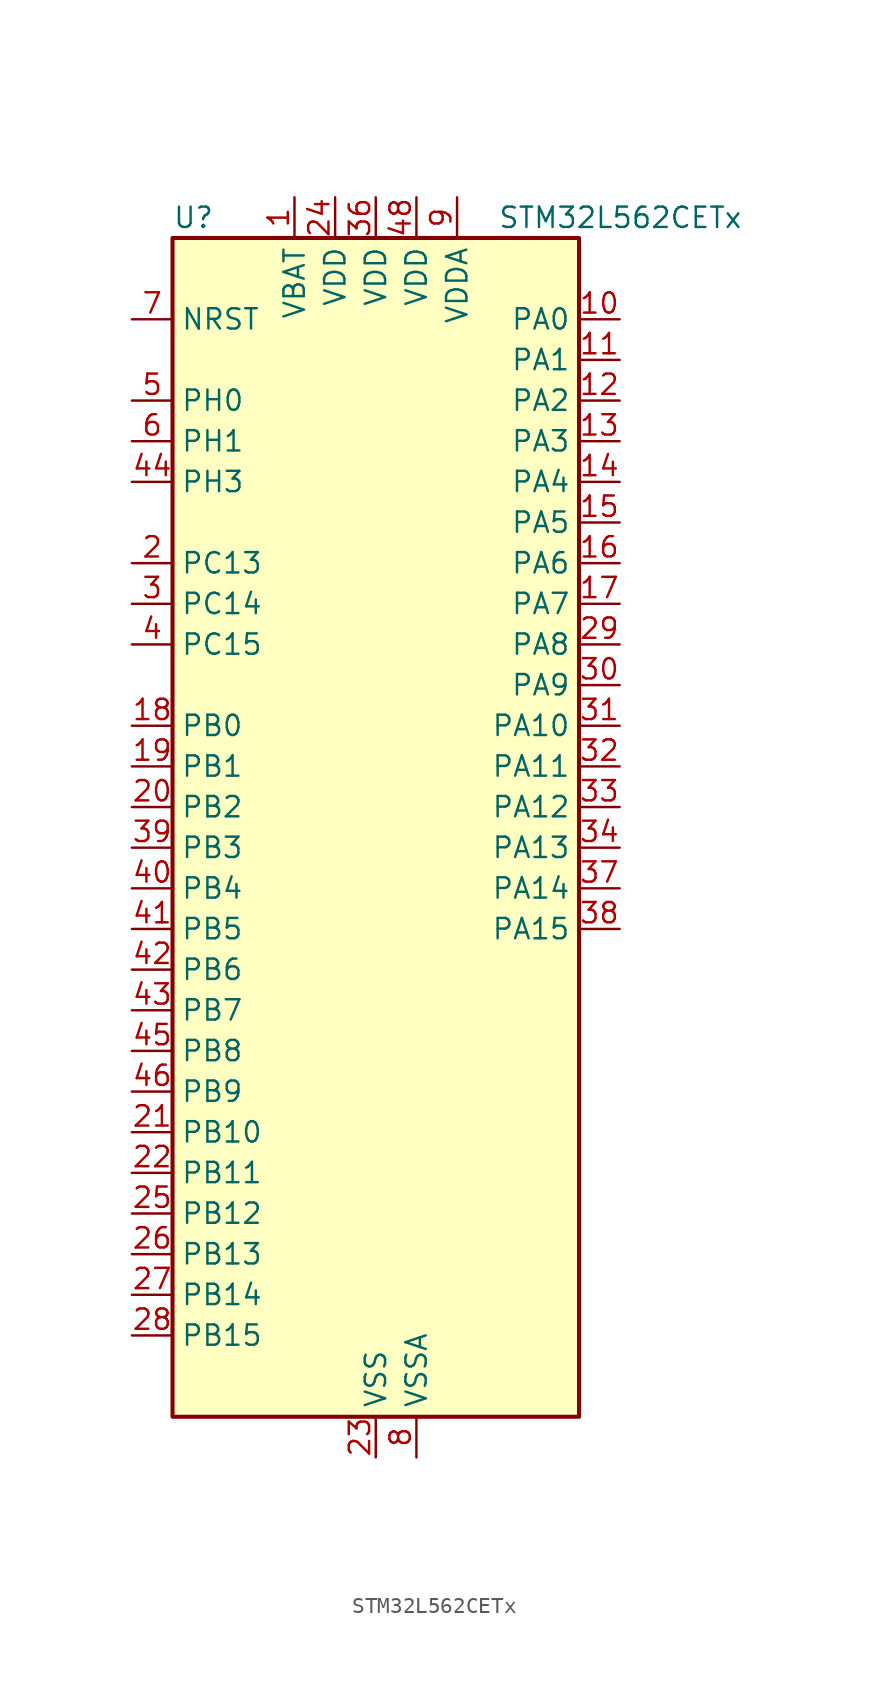
<source format=kicad_sym>
(kicad_symbol_lib
  (version 20241209)
  (generator "kicad_symbol_editor")
  (generator_version "9.0")
  (symbol "STM32L562CETx"
    (property "Reference" "U"
      (at -12.7 39.37 0)
      (effects (font (size 1.27 1.27)) (justify left)))
    (property "Value" "STM32L562CETx"
      (at 7.62 39.37 0)
      (effects (font (size 1.27 1.27)) (justify left)))
    (symbol "STM32L562CETx_0_1"
      (rectangle (start -12.7 -35.56) (end 12.7 38.1) (stroke (width 0.254) (type default)) (fill (type background))))
    (symbol "STM32L562CETx_1_1"
      (pin input line (at -15.24 33.02 0) (length 2.54) (name "NRST" (effects (font (size 1.27 1.27)))) (number "7" (effects (font (size 1.27 1.27)))))
      (pin bidirectional line (at -15.24 27.94 0) (length 2.54) (name "PH0" (effects (font (size 1.27 1.27)))) (number "5" (effects (font (size 1.27 1.27)))) (alternate "RCC_OSC_IN" bidirectional line))
      (pin bidirectional line (at -15.24 25.4 0) (length 2.54) (name "PH1" (effects (font (size 1.27 1.27)))) (number "6" (effects (font (size 1.27 1.27)))) (alternate "RCC_OSC_OUT" bidirectional line))
      (pin bidirectional line (at -15.24 22.86 0) (length 2.54) (name "PH3" (effects (font (size 1.27 1.27)))) (number "44" (effects (font (size 1.27 1.27)))))
      (pin bidirectional line (at -15.24 17.78 0) (length 2.54) (name "PC13" (effects (font (size 1.27 1.27)))) (number "2" (effects (font (size 1.27 1.27)))) (alternate "PWR_WKUP2" bidirectional line) (alternate "RTC_OUT1" bidirectional line) (alternate "RTC_TS" bidirectional line) (alternate "TAMP_IN1" bidirectional line) (alternate "TAMP_OUT2" bidirectional line))
      (pin bidirectional line (at -15.24 15.24 0) (length 2.54) (name "PC14" (effects (font (size 1.27 1.27)))) (number "3" (effects (font (size 1.27 1.27)))) (alternate "RCC_OSC32_IN" bidirectional line))
      (pin bidirectional line (at -15.24 12.7 0) (length 2.54) (name "PC15" (effects (font (size 1.27 1.27)))) (number "4" (effects (font (size 1.27 1.27)))) (alternate "ADC1_EXTI15" bidirectional line) (alternate "ADC2_EXTI15" bidirectional line) (alternate "RCC_OSC32_OUT" bidirectional line))
      (pin bidirectional line (at -15.24 7.62 0) (length 2.54) (name "PB0" (effects (font (size 1.27 1.27)))) (number "18" (effects (font (size 1.27 1.27)))) (alternate "ADC1_IN15" bidirectional line) (alternate "ADC2_IN15" bidirectional line) (alternate "COMP1_OUT" bidirectional line) (alternate "OCTOSPI1_IO1" bidirectional line) (alternate "OPAMP2_VOUT" bidirectional line) (alternate "SAI1_EXTCLK" bidirectional line) (alternate "SPI1_NSS" bidirectional line) (alternate "TIM1_CH2N" bidirectional line) (alternate "TIM3_CH3" bidirectional line) (alternate "TIM8_CH2N" bidirectional line) (alternate "USART3_CK" bidirectional line))
      (pin bidirectional line (at -15.24 5.08 0) (length 2.54) (name "PB1" (effects (font (size 1.27 1.27)))) (number "19" (effects (font (size 1.27 1.27)))) (alternate "ADC1_IN16" bidirectional line) (alternate "ADC2_IN16" bidirectional line) (alternate "COMP1_INM" bidirectional line) (alternate "DFSDM1_DATIN0" bidirectional line) (alternate "LPTIM2_IN1" bidirectional line) (alternate "LPUART1_DE" bidirectional line) (alternate "LPUART1_RTS" bidirectional line) (alternate "OCTOSPI1_IO0" bidirectional line) (alternate "TIM1_CH3N" bidirectional line) (alternate "TIM3_CH4" bidirectional line) (alternate "TIM8_CH3N" bidirectional line) (alternate "USART3_DE" bidirectional line) (alternate "USART3_RTS" bidirectional line))
      (pin bidirectional line (at -15.24 2.54 0) (length 2.54) (name "PB2" (effects (font (size 1.27 1.27)))) (number "20" (effects (font (size 1.27 1.27)))) (alternate "COMP1_INP" bidirectional line) (alternate "DFSDM1_CKIN0" bidirectional line) (alternate "I2C3_SMBA" bidirectional line) (alternate "LPTIM1_OUT" bidirectional line) (alternate "OCTOSPI1_DQS" bidirectional line) (alternate "RTC_OUT2" bidirectional line) (alternate "UCPD1_FRSTX1" bidirectional line))
      (pin bidirectional line (at -15.24 0 0) (length 2.54) (name "PB3" (effects (font (size 1.27 1.27)))) (number "39" (effects (font (size 1.27 1.27)))) (alternate "COMP2_INM" bidirectional line) (alternate "CRS_SYNC" bidirectional line) (alternate "DEBUG_JTDO-SWO" bidirectional line) (alternate "SAI1_SCK_B" bidirectional line) (alternate "SPI1_SCK" bidirectional line) (alternate "SPI3_SCK" bidirectional line) (alternate "TIM2_CH2" bidirectional line) (alternate "USART1_DE" bidirectional line) (alternate "USART1_RTS" bidirectional line))
      (pin bidirectional line (at -15.24 -2.54 0) (length 2.54) (name "PB4" (effects (font (size 1.27 1.27)))) (number "40" (effects (font (size 1.27 1.27)))) (alternate "COMP2_INP" bidirectional line) (alternate "DEBUG_JTRST" bidirectional line) (alternate "I2C3_SDA" bidirectional line) (alternate "SAI1_MCLK_B" bidirectional line) (alternate "SPI1_MISO" bidirectional line) (alternate "SPI3_MISO" bidirectional line) (alternate "TIM17_BKIN" bidirectional line) (alternate "TIM3_CH1" bidirectional line) (alternate "TSC_G2_IO1" bidirectional line) (alternate "USART1_CTS" bidirectional line) (alternate "USART1_NSS" bidirectional line))
      (pin bidirectional line (at -15.24 -5.08 0) (length 2.54) (name "PB5" (effects (font (size 1.27 1.27)))) (number "41" (effects (font (size 1.27 1.27)))) (alternate "COMP2_OUT" bidirectional line) (alternate "I2C1_SMBA" bidirectional line) (alternate "LPTIM1_IN1" bidirectional line) (alternate "OCTOSPI1_NCLK" bidirectional line) (alternate "SAI1_SD_B" bidirectional line) (alternate "SPI1_MOSI" bidirectional line) (alternate "SPI3_MOSI" bidirectional line) (alternate "TIM16_BKIN" bidirectional line) (alternate "TIM3_CH2" bidirectional line) (alternate "TSC_G2_IO2" bidirectional line) (alternate "UCPD1_DBCC1" bidirectional line) (alternate "USART1_CK" bidirectional line))
      (pin bidirectional line (at -15.24 -7.62 0) (length 2.54) (name "PB6" (effects (font (size 1.27 1.27)))) (number "42" (effects (font (size 1.27 1.27)))) (alternate "COMP2_INP" bidirectional line) (alternate "I2C1_SCL" bidirectional line) (alternate "I2C4_SCL" bidirectional line) (alternate "LPTIM1_ETR" bidirectional line) (alternate "SAI1_FS_B" bidirectional line) (alternate "TIM16_CH1N" bidirectional line) (alternate "TIM4_CH1" bidirectional line) (alternate "TIM8_BKIN2" bidirectional line) (alternate "TSC_G2_IO3" bidirectional line) (alternate "USART1_TX" bidirectional line))
      (pin bidirectional line (at -15.24 -10.16 0) (length 2.54) (name "PB7" (effects (font (size 1.27 1.27)))) (number "43" (effects (font (size 1.27 1.27)))) (alternate "COMP2_INM" bidirectional line) (alternate "I2C1_SDA" bidirectional line) (alternate "I2C4_SDA" bidirectional line) (alternate "LPTIM1_IN2" bidirectional line) (alternate "PWR_PVD_IN" bidirectional line) (alternate "TIM17_CH1N" bidirectional line) (alternate "TIM4_CH2" bidirectional line) (alternate "TIM8_BKIN" bidirectional line) (alternate "TSC_G2_IO4" bidirectional line) (alternate "UART4_CTS" bidirectional line) (alternate "USART1_RX" bidirectional line))
      (pin bidirectional line (at -15.24 -12.7 0) (length 2.54) (name "PB8" (effects (font (size 1.27 1.27)))) (number "45" (effects (font (size 1.27 1.27)))) (alternate "DFSDM1_CKOUT" bidirectional line) (alternate "FDCAN1_RX" bidirectional line) (alternate "I2C1_SCL" bidirectional line) (alternate "SAI1_CK1" bidirectional line) (alternate "SAI1_MCLK_A" bidirectional line) (alternate "TIM16_CH1" bidirectional line) (alternate "TIM4_CH3" bidirectional line))
      (pin bidirectional line (at -15.24 -15.24 0) (length 2.54) (name "PB9" (effects (font (size 1.27 1.27)))) (number "46" (effects (font (size 1.27 1.27)))) (alternate "DAC1_EXTI9" bidirectional line) (alternate "FDCAN1_TX" bidirectional line) (alternate "I2C1_SDA" bidirectional line) (alternate "IR_OUT" bidirectional line) (alternate "SAI1_D2" bidirectional line) (alternate "SAI1_FS_A" bidirectional line) (alternate "SPI2_NSS" bidirectional line) (alternate "TIM17_CH1" bidirectional line) (alternate "TIM4_CH4" bidirectional line))
      (pin bidirectional line (at -15.24 -17.78 0) (length 2.54) (name "PB10" (effects (font (size 1.27 1.27)))) (number "21" (effects (font (size 1.27 1.27)))) (alternate "COMP1_OUT" bidirectional line) (alternate "I2C2_SCL" bidirectional line) (alternate "I2C4_SCL" bidirectional line) (alternate "LPTIM3_OUT" bidirectional line) (alternate "LPUART1_RX" bidirectional line) (alternate "OCTOSPI1_CLK" bidirectional line) (alternate "SAI1_SCK_A" bidirectional line) (alternate "SPI2_SCK" bidirectional line) (alternate "TIM2_CH3" bidirectional line) (alternate "TSC_SYNC" bidirectional line) (alternate "USART3_TX" bidirectional line))
      (pin bidirectional line (at -15.24 -20.32 0) (length 2.54) (name "PB11" (effects (font (size 1.27 1.27)))) (number "22" (effects (font (size 1.27 1.27)))) (alternate "ADC1_EXTI11" bidirectional line) (alternate "ADC2_EXTI11" bidirectional line) (alternate "COMP2_OUT" bidirectional line) (alternate "I2C2_SDA" bidirectional line) (alternate "I2C4_SDA" bidirectional line) (alternate "LPUART1_TX" bidirectional line) (alternate "OCTOSPI1_NCS" bidirectional line) (alternate "TIM2_CH4" bidirectional line) (alternate "USART3_RX" bidirectional line))
      (pin bidirectional line (at -15.24 -22.86 0) (length 2.54) (name "PB12" (effects (font (size 1.27 1.27)))) (number "25" (effects (font (size 1.27 1.27)))) (alternate "DFSDM1_DATIN1" bidirectional line) (alternate "I2C2_SMBA" bidirectional line) (alternate "LPUART1_DE" bidirectional line) (alternate "LPUART1_RTS" bidirectional line) (alternate "OCTOSPI1_NCLK" bidirectional line) (alternate "SAI2_FS_A" bidirectional line) (alternate "SPI2_NSS" bidirectional line) (alternate "TIM15_BKIN" bidirectional line) (alternate "TIM1_BKIN" bidirectional line) (alternate "TSC_G1_IO1" bidirectional line) (alternate "USART3_CK" bidirectional line))
      (pin bidirectional line (at -15.24 -25.4 0) (length 2.54) (name "PB13" (effects (font (size 1.27 1.27)))) (number "26" (effects (font (size 1.27 1.27)))) (alternate "DFSDM1_CKIN1" bidirectional line) (alternate "I2C2_SCL" bidirectional line) (alternate "LPTIM3_IN1" bidirectional line) (alternate "LPUART1_CTS" bidirectional line) (alternate "SAI2_SCK_A" bidirectional line) (alternate "SPI2_SCK" bidirectional line) (alternate "TIM15_CH1N" bidirectional line) (alternate "TIM1_CH1N" bidirectional line) (alternate "TSC_G1_IO2" bidirectional line) (alternate "UCPD1_FRSTX2" bidirectional line) (alternate "USART3_CTS" bidirectional line) (alternate "USART3_NSS" bidirectional line))
      (pin bidirectional line (at -15.24 -27.94 0) (length 2.54) (name "PB14" (effects (font (size 1.27 1.27)))) (number "27" (effects (font (size 1.27 1.27)))) (alternate "DFSDM1_DATIN2" bidirectional line) (alternate "I2C2_SDA" bidirectional line) (alternate "LPTIM3_ETR" bidirectional line) (alternate "SAI2_MCLK_A" bidirectional line) (alternate "SPI2_MISO" bidirectional line) (alternate "TIM15_CH1" bidirectional line) (alternate "TIM1_CH2N" bidirectional line) (alternate "TIM8_CH2N" bidirectional line) (alternate "TSC_G1_IO3" bidirectional line) (alternate "UCPD1_DBCC2" bidirectional line) (alternate "USART3_DE" bidirectional line) (alternate "USART3_RTS" bidirectional line))
      (pin bidirectional line (at -15.24 -30.48 0) (length 2.54) (name "PB15" (effects (font (size 1.27 1.27)))) (number "28" (effects (font (size 1.27 1.27)))) (alternate "ADC1_EXTI15" bidirectional line) (alternate "ADC2_EXTI15" bidirectional line) (alternate "DFSDM1_CKIN2" bidirectional line) (alternate "RTC_REFIN" bidirectional line) (alternate "SAI2_SD_A" bidirectional line) (alternate "SPI2_MOSI" bidirectional line) (alternate "TIM15_CH2" bidirectional line) (alternate "TIM1_CH3N" bidirectional line) (alternate "TIM8_CH3N" bidirectional line) (alternate "UCPD1_CC2" bidirectional line))
      (pin power_in line (at -5.08 40.64 270) (length 2.54) (name "VBAT" (effects (font (size 1.27 1.27)))) (number "1" (effects (font (size 1.27 1.27)))))
      (pin power_in line (at -2.54 40.64 270) (length 2.54) (name "VDD" (effects (font (size 1.27 1.27)))) (number "24" (effects (font (size 1.27 1.27)))))
      (pin power_in line (at 0 40.64 270) (length 2.54) (name "VDD" (effects (font (size 1.27 1.27)))) (number "36" (effects (font (size 1.27 1.27)))))
      (pin power_in line (at 0 -38.1 90) (length 2.54) (name "VSS" (effects (font (size 1.27 1.27)))) (number "23" (effects (font (size 1.27 1.27)))))
      (pin passive line (at 0 -38.1 90) (length 2.54) (hide yes) (name "VSS" (effects (font (size 1.27 1.27)))) (number "35" (effects (font (size 1.27 1.27)))))
      (pin passive line (at 0 -38.1 90) (length 2.54) (hide yes) (name "VSS" (effects (font (size 1.27 1.27)))) (number "47" (effects (font (size 1.27 1.27)))))
      (pin power_in line (at 2.54 40.64 270) (length 2.54) (name "VDD" (effects (font (size 1.27 1.27)))) (number "48" (effects (font (size 1.27 1.27)))))
      (pin power_in line (at 2.54 -38.1 90) (length 2.54) (name "VSSA" (effects (font (size 1.27 1.27)))) (number "8" (effects (font (size 1.27 1.27)))))
      (pin power_in line (at 5.08 40.64 270) (length 2.54) (name "VDDA" (effects (font (size 1.27 1.27)))) (number "9" (effects (font (size 1.27 1.27)))))
      (pin bidirectional line (at 15.24 33.02 180) (length 2.54) (name "PA0" (effects (font (size 1.27 1.27)))) (number "10" (effects (font (size 1.27 1.27)))) (alternate "ADC1_IN5" bidirectional line) (alternate "ADC2_IN5" bidirectional line) (alternate "OPAMP1_VINP" bidirectional line) (alternate "PWR_WKUP1" bidirectional line) (alternate "SAI1_EXTCLK" bidirectional line) (alternate "TAMP_IN2" bidirectional line) (alternate "TAMP_OUT1" bidirectional line) (alternate "TIM2_CH1" bidirectional line) (alternate "TIM2_ETR" bidirectional line) (alternate "TIM5_CH1" bidirectional line) (alternate "TIM8_ETR" bidirectional line) (alternate "UART4_TX" bidirectional line) (alternate "USART2_CTS" bidirectional line) (alternate "USART2_NSS" bidirectional line))
      (pin bidirectional line (at 15.24 30.48 180) (length 2.54) (name "PA1" (effects (font (size 1.27 1.27)))) (number "11" (effects (font (size 1.27 1.27)))) (alternate "ADC1_IN6" bidirectional line) (alternate "ADC2_IN6" bidirectional line) (alternate "I2C1_SMBA" bidirectional line) (alternate "OCTOSPI1_DQS" bidirectional line) (alternate "OPAMP1_VINM" bidirectional line) (alternate "SPI1_SCK" bidirectional line) (alternate "TAMP_IN5" bidirectional line) (alternate "TAMP_OUT4" bidirectional line) (alternate "TIM15_CH1N" bidirectional line) (alternate "TIM2_CH2" bidirectional line) (alternate "TIM5_CH2" bidirectional line) (alternate "UART4_RX" bidirectional line) (alternate "USART2_DE" bidirectional line) (alternate "USART2_RTS" bidirectional line))
      (pin bidirectional line (at 15.24 27.94 180) (length 2.54) (name "PA2" (effects (font (size 1.27 1.27)))) (number "12" (effects (font (size 1.27 1.27)))) (alternate "ADC1_IN7" bidirectional line) (alternate "ADC2_IN7" bidirectional line) (alternate "COMP1_INP" bidirectional line) (alternate "LPUART1_TX" bidirectional line) (alternate "OCTOSPI1_NCS" bidirectional line) (alternate "PWR_WKUP4" bidirectional line) (alternate "RCC_LSCO" bidirectional line) (alternate "SAI2_EXTCLK" bidirectional line) (alternate "TIM15_CH1" bidirectional line) (alternate "TIM2_CH3" bidirectional line) (alternate "TIM5_CH3" bidirectional line) (alternate "UCPD1_FRSTX1" bidirectional line) (alternate "USART2_TX" bidirectional line))
      (pin bidirectional line (at 15.24 25.4 180) (length 2.54) (name "PA3" (effects (font (size 1.27 1.27)))) (number "13" (effects (font (size 1.27 1.27)))) (alternate "ADC1_IN8" bidirectional line) (alternate "ADC2_IN8" bidirectional line) (alternate "LPUART1_RX" bidirectional line) (alternate "OCTOSPI1_CLK" bidirectional line) (alternate "OPAMP1_VOUT" bidirectional line) (alternate "SAI1_CK1" bidirectional line) (alternate "SAI1_MCLK_A" bidirectional line) (alternate "TIM15_CH2" bidirectional line) (alternate "TIM2_CH4" bidirectional line) (alternate "TIM5_CH4" bidirectional line) (alternate "USART2_RX" bidirectional line))
      (pin bidirectional line (at 15.24 22.86 180) (length 2.54) (name "PA4" (effects (font (size 1.27 1.27)))) (number "14" (effects (font (size 1.27 1.27)))) (alternate "ADC1_IN9" bidirectional line) (alternate "ADC2_IN9" bidirectional line) (alternate "DAC1_OUT1" bidirectional line) (alternate "LPTIM2_OUT" bidirectional line) (alternate "OCTOSPI1_NCS" bidirectional line) (alternate "SAI1_FS_B" bidirectional line) (alternate "SPI1_NSS" bidirectional line) (alternate "SPI3_NSS" bidirectional line) (alternate "USART2_CK" bidirectional line))
      (pin bidirectional line (at 15.24 20.32 180) (length 2.54) (name "PA5" (effects (font (size 1.27 1.27)))) (number "15" (effects (font (size 1.27 1.27)))) (alternate "ADC1_IN10" bidirectional line) (alternate "ADC2_IN10" bidirectional line) (alternate "DAC1_OUT2" bidirectional line) (alternate "LPTIM2_ETR" bidirectional line) (alternate "SPI1_SCK" bidirectional line) (alternate "TIM2_CH1" bidirectional line) (alternate "TIM2_ETR" bidirectional line) (alternate "TIM8_CH1N" bidirectional line))
      (pin bidirectional line (at 15.24 17.78 180) (length 2.54) (name "PA6" (effects (font (size 1.27 1.27)))) (number "16" (effects (font (size 1.27 1.27)))) (alternate "ADC1_IN11" bidirectional line) (alternate "ADC2_IN11" bidirectional line) (alternate "LPUART1_CTS" bidirectional line) (alternate "OCTOSPI1_IO3" bidirectional line) (alternate "OPAMP2_VINP" bidirectional line) (alternate "SPI1_MISO" bidirectional line) (alternate "TIM16_CH1" bidirectional line) (alternate "TIM1_BKIN" bidirectional line) (alternate "TIM3_CH1" bidirectional line) (alternate "TIM8_BKIN" bidirectional line) (alternate "USART3_CTS" bidirectional line) (alternate "USART3_NSS" bidirectional line))
      (pin bidirectional line (at 15.24 15.24 180) (length 2.54) (name "PA7" (effects (font (size 1.27 1.27)))) (number "17" (effects (font (size 1.27 1.27)))) (alternate "ADC1_IN12" bidirectional line) (alternate "ADC2_IN12" bidirectional line) (alternate "I2C3_SCL" bidirectional line) (alternate "OCTOSPI1_IO2" bidirectional line) (alternate "OPAMP2_VINM" bidirectional line) (alternate "SPI1_MOSI" bidirectional line) (alternate "TIM17_CH1" bidirectional line) (alternate "TIM1_CH1N" bidirectional line) (alternate "TIM3_CH2" bidirectional line) (alternate "TIM8_CH1N" bidirectional line))
      (pin bidirectional line (at 15.24 12.7 180) (length 2.54) (name "PA8" (effects (font (size 1.27 1.27)))) (number "29" (effects (font (size 1.27 1.27)))) (alternate "LPTIM2_OUT" bidirectional line) (alternate "RCC_MCO" bidirectional line) (alternate "SAI1_CK2" bidirectional line) (alternate "SAI1_SCK_A" bidirectional line) (alternate "TIM1_CH1" bidirectional line) (alternate "USART1_CK" bidirectional line))
      (pin bidirectional line (at 15.24 10.16 180) (length 2.54) (name "PA9" (effects (font (size 1.27 1.27)))) (number "30" (effects (font (size 1.27 1.27)))) (alternate "DAC1_EXTI9" bidirectional line) (alternate "SAI1_FS_A" bidirectional line) (alternate "SPI2_SCK" bidirectional line) (alternate "TIM15_BKIN" bidirectional line) (alternate "TIM1_CH2" bidirectional line) (alternate "USART1_TX" bidirectional line))
      (pin bidirectional line (at 15.24 7.62 180) (length 2.54) (name "PA10" (effects (font (size 1.27 1.27)))) (number "31" (effects (font (size 1.27 1.27)))) (alternate "CRS_SYNC" bidirectional line) (alternate "SAI1_D1" bidirectional line) (alternate "SAI1_SD_A" bidirectional line) (alternate "TIM17_BKIN" bidirectional line) (alternate "TIM1_CH3" bidirectional line) (alternate "USART1_RX" bidirectional line))
      (pin bidirectional line (at 15.24 5.08 180) (length 2.54) (name "PA11" (effects (font (size 1.27 1.27)))) (number "32" (effects (font (size 1.27 1.27)))) (alternate "ADC1_EXTI11" bidirectional line) (alternate "ADC2_EXTI11" bidirectional line) (alternate "FDCAN1_RX" bidirectional line) (alternate "SPI1_MISO" bidirectional line) (alternate "TIM1_BKIN2" bidirectional line) (alternate "TIM1_CH4" bidirectional line) (alternate "USART1_CTS" bidirectional line) (alternate "USART1_NSS" bidirectional line) (alternate "USB_DM" bidirectional line))
      (pin bidirectional line (at 15.24 2.54 180) (length 2.54) (name "PA12" (effects (font (size 1.27 1.27)))) (number "33" (effects (font (size 1.27 1.27)))) (alternate "FDCAN1_TX" bidirectional line) (alternate "SPI1_MOSI" bidirectional line) (alternate "TIM1_ETR" bidirectional line) (alternate "USART1_DE" bidirectional line) (alternate "USART1_RTS" bidirectional line) (alternate "USB_DP" bidirectional line))
      (pin bidirectional line (at 15.24 0 180) (length 2.54) (name "PA13" (effects (font (size 1.27 1.27)))) (number "34" (effects (font (size 1.27 1.27)))) (alternate "DEBUG_JTMS-SWDIO" bidirectional line) (alternate "IR_OUT" bidirectional line) (alternate "SAI1_SD_B" bidirectional line) (alternate "USB_NOE" bidirectional line))
      (pin bidirectional line (at 15.24 -2.54 180) (length 2.54) (name "PA14" (effects (font (size 1.27 1.27)))) (number "37" (effects (font (size 1.27 1.27)))) (alternate "DEBUG_JTCK-SWCLK" bidirectional line) (alternate "I2C1_SMBA" bidirectional line) (alternate "I2C4_SMBA" bidirectional line) (alternate "LPTIM1_OUT" bidirectional line) (alternate "SAI1_FS_B" bidirectional line))
      (pin bidirectional line (at 15.24 -5.08 180) (length 2.54) (name "PA15" (effects (font (size 1.27 1.27)))) (number "38" (effects (font (size 1.27 1.27)))) (alternate "ADC1_EXTI15" bidirectional line) (alternate "ADC2_EXTI15" bidirectional line) (alternate "DEBUG_JTDI" bidirectional line) (alternate "SAI2_FS_B" bidirectional line) (alternate "SPI1_NSS" bidirectional line) (alternate "SPI3_NSS" bidirectional line) (alternate "TIM2_CH1" bidirectional line) (alternate "TIM2_ETR" bidirectional line) (alternate "UART4_DE" bidirectional line) (alternate "UART4_RTS" bidirectional line) (alternate "UCPD1_CC1" bidirectional line) (alternate "USART2_RX" bidirectional line) (alternate "USART3_DE" bidirectional line) (alternate "USART3_RTS" bidirectional line)))))
</source>
